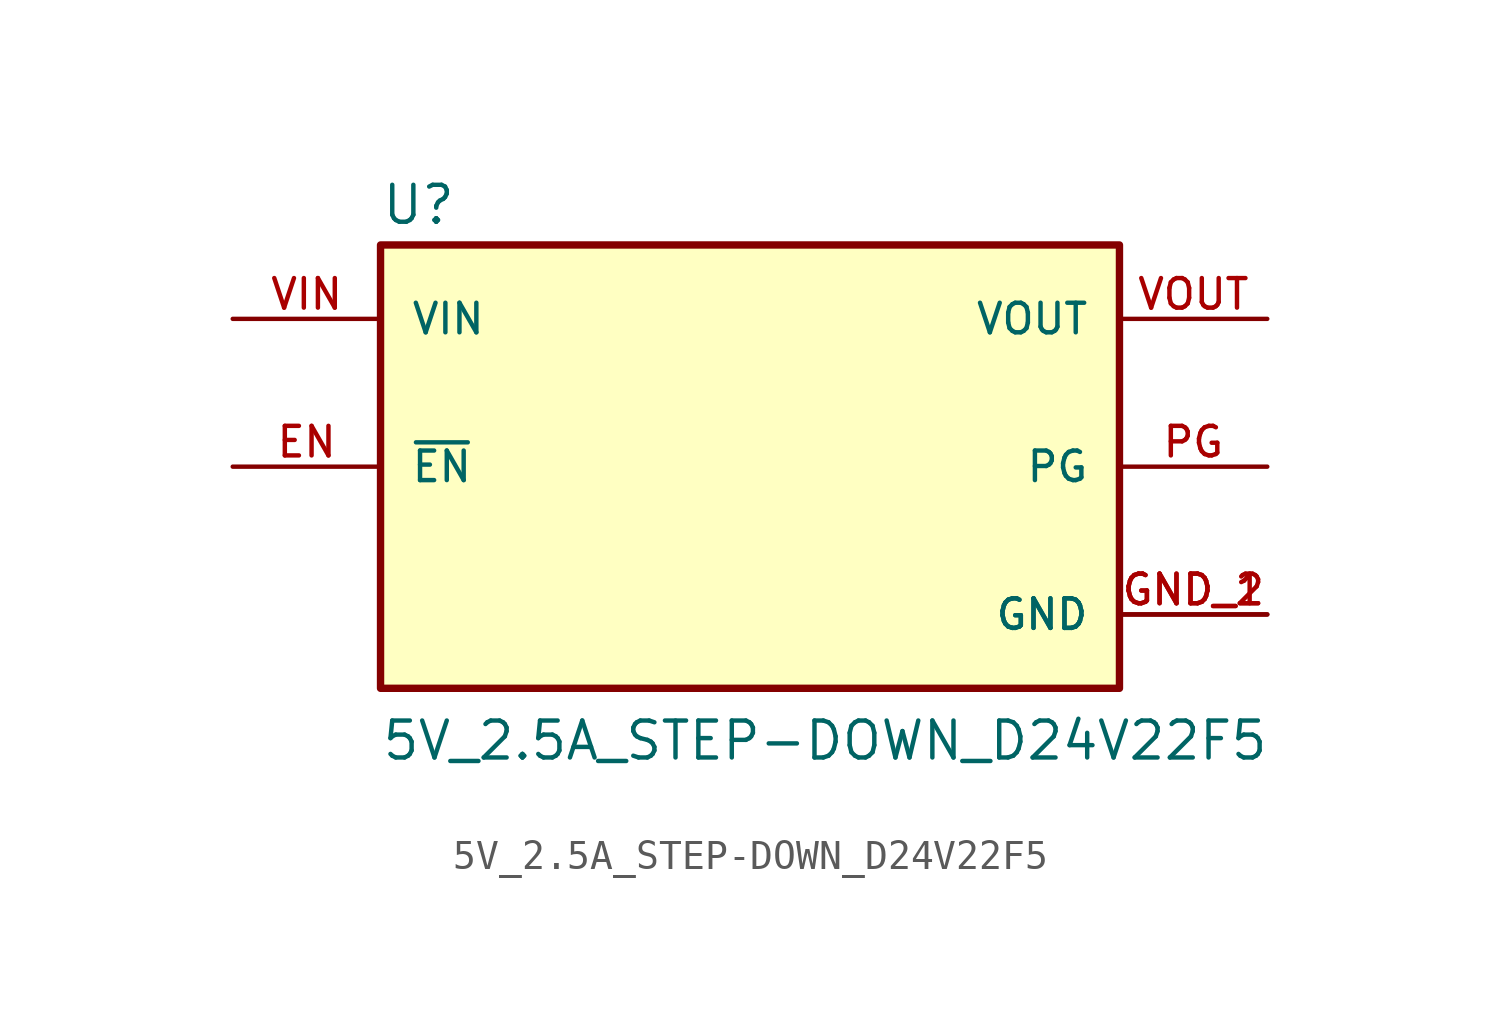
<source format=kicad_sym>
(kicad_symbol_lib
  (version 20211014)
  (generator kicad_symbol_editor)
  (symbol "5V_2.5A_STEP-DOWN_D24V22F5"
    (pin_names
      (offset 1.016))
    (property "Reference" "U"
      (at -12.7 8.255 0)
      (effects (font (size 1.27 1.27)) (justify bottom left)))
    (property "Value" "5V_2.5A_STEP-DOWN_D24V22F5"
      (at -12.7 -10.16 0)
      (effects (font (size 1.27 1.27)) (justify bottom left)))
    (symbol "5V_2.5A_STEP-DOWN_D24V22F5_0_0"
      (rectangle (start -12.7 -7.62) (end 12.7 7.62) (stroke (width 0.254)) (fill (type background)))
      (pin output line (at 17.78 0.0 180.0) (length 5.08) (name "PG" (effects (font (size 1.016 1.016)))) (number "PG" (effects (font (size 1.016 1.016)))))
      (pin input line (at -17.78 0.0 0) (length 5.08) (name "~{EN}" (effects (font (size 1.016 1.016)))) (number "EN" (effects (font (size 1.016 1.016)))))
      (pin input line (at -17.78 5.08 0) (length 5.08) (name "VIN" (effects (font (size 1.016 1.016)))) (number "VIN" (effects (font (size 1.016 1.016)))))
      (pin output line (at 17.78 5.08 180.0) (length 5.08) (name "VOUT" (effects (font (size 1.016 1.016)))) (number "VOUT" (effects (font (size 1.016 1.016)))))
      (pin power_in line (at 17.78 -5.08 180.0) (length 5.08) (name "GND" (effects (font (size 1.016 1.016)))) (number "GND_1" (effects (font (size 1.016 1.016)))))
      (pin power_in line (at 17.78 -5.08 180.0) (length 5.08) (name "GND" (effects (font (size 1.016 1.016)))) (number "GND_2" (effects (font (size 1.016 1.016))))))))
</source>
